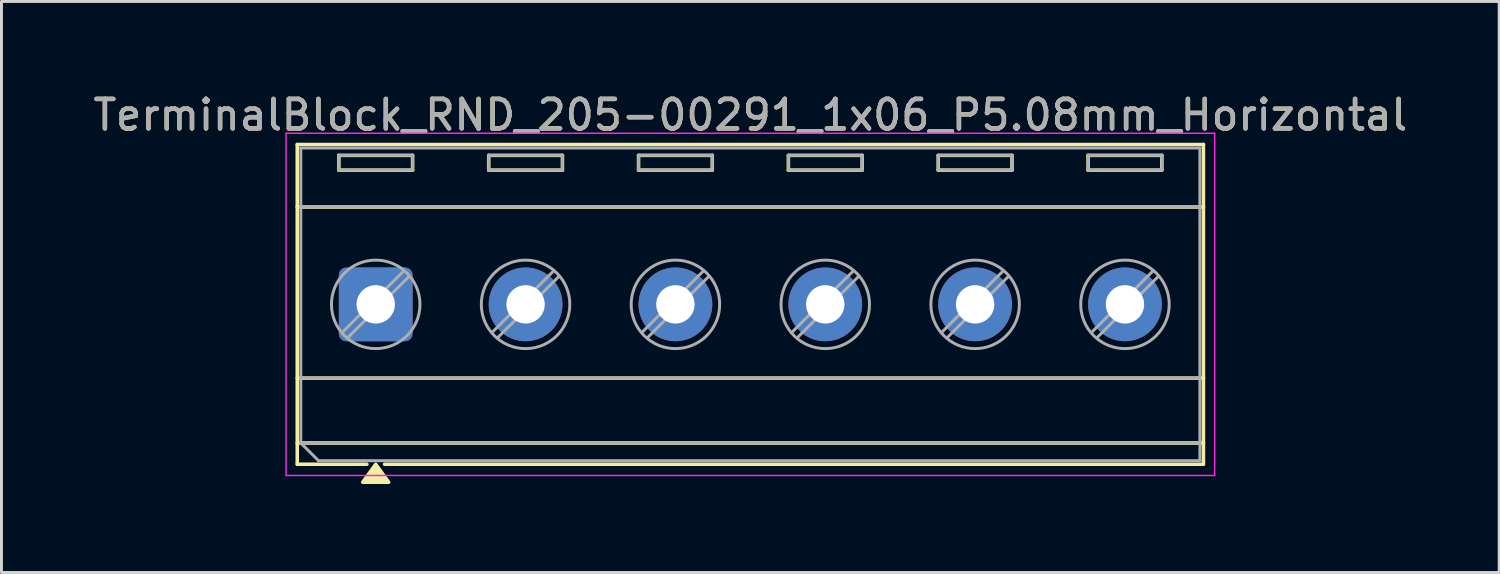
<source format=kicad_pcb>
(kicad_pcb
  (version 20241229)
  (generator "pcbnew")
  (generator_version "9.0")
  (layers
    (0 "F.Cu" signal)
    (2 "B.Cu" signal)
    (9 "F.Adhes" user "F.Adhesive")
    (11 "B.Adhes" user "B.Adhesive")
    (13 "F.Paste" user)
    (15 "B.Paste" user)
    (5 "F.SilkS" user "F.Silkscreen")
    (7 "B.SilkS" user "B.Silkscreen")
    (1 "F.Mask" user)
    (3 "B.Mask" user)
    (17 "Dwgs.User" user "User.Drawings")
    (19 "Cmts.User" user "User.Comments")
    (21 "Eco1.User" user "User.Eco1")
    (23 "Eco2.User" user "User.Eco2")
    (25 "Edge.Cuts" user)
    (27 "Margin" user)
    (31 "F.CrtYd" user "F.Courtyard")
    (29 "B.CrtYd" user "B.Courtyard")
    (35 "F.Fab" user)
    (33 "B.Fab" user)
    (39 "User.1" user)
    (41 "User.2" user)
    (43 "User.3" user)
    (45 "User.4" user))
  (footprint "TerminalBlock_RND_205-00291_1x06_P5.08mm_Horizontal"
    (layer "F.Cu")
    (at 9.687 7.268)
    (property "Reference" "TerminalBlock_RND_205-00291_1x06_P5.08mm_Horizontal" (at 12.7 -6.42 0) (layer "F.SilkS") (effects (font (size 1 1) (thickness 0.15))))
    (attr through_hole)
    (fp_line (start -2.66 -5.42) (end -2.66 5.42) (stroke (width 0.12) (type solid)) (layer "F.SilkS"))
    (fp_line (start -2.66 -5.42) (end 28.06 -5.42) (stroke (width 0.12) (type solid)) (layer "F.SilkS"))
    (fp_line (start -2.66 -3.3) (end 28.06 -3.3) (stroke (width 0.12) (type solid)) (layer "F.SilkS"))
    (fp_line (start -2.66 2.5) (end 28.06 2.5) (stroke (width 0.12) (type solid)) (layer "F.SilkS"))
    (fp_line (start -2.66 4.7) (end 28.06 4.7) (stroke (width 0.12) (type solid)) (layer "F.SilkS"))
    (fp_line (start -2.66 5.42) (end -0.3 5.42) (stroke (width 0.12) (type solid)) (layer "F.SilkS"))
    (fp_line (start -1.25 -5.05) (end -1.25 -4.55) (stroke (width 0.12) (type solid)) (layer "F.SilkS"))
    (fp_line (start -1.25 -5.05) (end 1.25 -5.05) (stroke (width 0.12) (type solid)) (layer "F.SilkS"))
    (fp_line (start -1.25 -4.55) (end 1.25 -4.55) (stroke (width 0.12) (type solid)) (layer "F.SilkS"))
    (fp_line (start 0.3 5.42) (end 28.06 5.42) (stroke (width 0.12) (type solid)) (layer "F.SilkS"))
    (fp_line (start 1.25 -5.05) (end 1.25 -4.55) (stroke (width 0.12) (type solid)) (layer "F.SilkS"))
    (fp_line (start 3.83 -5.05) (end 3.83 -4.55) (stroke (width 0.12) (type solid)) (layer "F.SilkS"))
    (fp_line (start 3.83 -5.05) (end 6.33 -5.05) (stroke (width 0.12) (type solid)) (layer "F.SilkS"))
    (fp_line (start 3.83 -4.55) (end 6.33 -4.55) (stroke (width 0.12) (type solid)) (layer "F.SilkS"))
    (fp_line (start 6.33 -5.05) (end 6.33 -4.55) (stroke (width 0.12) (type solid)) (layer "F.SilkS"))
    (fp_line (start 8.91 -5.05) (end 8.91 -4.55) (stroke (width 0.12) (type solid)) (layer "F.SilkS"))
    (fp_line (start 8.91 -5.05) (end 11.41 -5.05) (stroke (width 0.12) (type solid)) (layer "F.SilkS"))
    (fp_line (start 8.91 -4.55) (end 11.41 -4.55) (stroke (width 0.12) (type solid)) (layer "F.SilkS"))
    (fp_line (start 11.41 -5.05) (end 11.41 -4.55) (stroke (width 0.12) (type solid)) (layer "F.SilkS"))
    (fp_line (start 13.99 -5.05) (end 13.99 -4.55) (stroke (width 0.12) (type solid)) (layer "F.SilkS"))
    (fp_line (start 13.99 -5.05) (end 16.49 -5.05) (stroke (width 0.12) (type solid)) (layer "F.SilkS"))
    (fp_line (start 13.99 -4.55) (end 16.49 -4.55) (stroke (width 0.12) (type solid)) (layer "F.SilkS"))
    (fp_line (start 16.49 -5.05) (end 16.49 -4.55) (stroke (width 0.12) (type solid)) (layer "F.SilkS"))
    (fp_line (start 19.07 -5.05) (end 19.07 -4.55) (stroke (width 0.12) (type solid)) (layer "F.SilkS"))
    (fp_line (start 19.07 -5.05) (end 21.57 -5.05) (stroke (width 0.12) (type solid)) (layer "F.SilkS"))
    (fp_line (start 19.07 -4.55) (end 21.57 -4.55) (stroke (width 0.12) (type solid)) (layer "F.SilkS"))
    (fp_line (start 21.57 -5.05) (end 21.57 -4.55) (stroke (width 0.12) (type solid)) (layer "F.SilkS"))
    (fp_line (start 24.15 -5.05) (end 24.15 -4.55) (stroke (width 0.12) (type solid)) (layer "F.SilkS"))
    (fp_line (start 24.15 -5.05) (end 26.65 -5.05) (stroke (width 0.12) (type solid)) (layer "F.SilkS"))
    (fp_line (start 24.15 -4.55) (end 26.65 -4.55) (stroke (width 0.12) (type solid)) (layer "F.SilkS"))
    (fp_line (start 26.65 -5.05) (end 26.65 -4.55) (stroke (width 0.12) (type solid)) (layer "F.SilkS"))
    (fp_line (start 28.06 -5.42) (end 28.06 5.42) (stroke (width 0.12) (type solid)) (layer "F.SilkS"))
    (fp_poly (pts (xy 0 5.42) (xy 0.44 6.03) (xy -0.44 6.03)) (stroke (width 0.12) (type solid)) (fill yes) (layer "F.SilkS"))
    (fp_line (start -3.04 -5.8) (end -3.04 5.8) (stroke (width 0.05) (type solid)) (layer "F.CrtYd"))
    (fp_line (start -3.04 5.8) (end 28.44 5.8) (stroke (width 0.05) (type solid)) (layer "F.CrtYd"))
    (fp_line (start 28.44 -5.8) (end -3.04 -5.8) (stroke (width 0.05) (type solid)) (layer "F.CrtYd"))
    (fp_line (start 28.44 5.8) (end 28.44 -5.8) (stroke (width 0.05) (type solid)) (layer "F.CrtYd"))
    (fp_line (start -2.54 -5.3) (end 27.94 -5.3) (stroke (width 0.1) (type solid)) (layer "F.Fab"))
    (fp_line (start -2.54 -3.3) (end 27.94 -3.3) (stroke (width 0.1) (type solid)) (layer "F.Fab"))
    (fp_line (start -2.54 2.5) (end 27.94 2.5) (stroke (width 0.1) (type solid)) (layer "F.Fab"))
    (fp_line (start -2.54 4.7) (end -2.54 -5.3) (stroke (width 0.1) (type solid)) (layer "F.Fab"))
    (fp_line (start -2.54 4.7) (end 27.94 4.7) (stroke (width 0.1) (type solid)) (layer "F.Fab"))
    (fp_line (start -1.94 5.3) (end -2.54 4.7) (stroke (width 0.1) (type solid)) (layer "F.Fab"))
    (fp_line (start -1.25 -5.05) (end -1.25 -4.55) (stroke (width 0.1) (type solid)) (layer "F.Fab"))
    (fp_line (start -1.25 -4.55) (end 1.25 -4.55) (stroke (width 0.1) (type solid)) (layer "F.Fab"))
    (fp_line (start 0.955 -1.138) (end -1.138 0.954) (stroke (width 0.1) (type solid)) (layer "F.Fab"))
    (fp_line (start 1.138 -0.954) (end -0.955 1.137) (stroke (width 0.1) (type solid)) (layer "F.Fab"))
    (fp_line (start 1.25 -5.05) (end -1.25 -5.05) (stroke (width 0.1) (type solid)) (layer "F.Fab"))
    (fp_line (start 1.25 -4.55) (end 1.25 -5.05) (stroke (width 0.1) (type solid)) (layer "F.Fab"))
    (fp_line (start 3.83 -5.05) (end 3.83 -4.55) (stroke (width 0.1) (type solid)) (layer "F.Fab"))
    (fp_line (start 3.83 -4.55) (end 6.33 -4.55) (stroke (width 0.1) (type solid)) (layer "F.Fab"))
    (fp_line (start 6.035 -1.138) (end 3.942 0.954) (stroke (width 0.1) (type solid)) (layer "F.Fab"))
    (fp_line (start 6.218 -0.954) (end 4.125 1.137) (stroke (width 0.1) (type solid)) (layer "F.Fab"))
    (fp_line (start 6.33 -5.05) (end 3.83 -5.05) (stroke (width 0.1) (type solid)) (layer "F.Fab"))
    (fp_line (start 6.33 -4.55) (end 6.33 -5.05) (stroke (width 0.1) (type solid)) (layer "F.Fab"))
    (fp_line (start 8.91 -5.05) (end 8.91 -4.55) (stroke (width 0.1) (type solid)) (layer "F.Fab"))
    (fp_line (start 8.91 -4.55) (end 11.41 -4.55) (stroke (width 0.1) (type solid)) (layer "F.Fab"))
    (fp_line (start 11.115 -1.138) (end 9.022 0.954) (stroke (width 0.1) (type solid)) (layer "F.Fab"))
    (fp_line (start 11.298 -0.954) (end 9.205 1.137) (stroke (width 0.1) (type solid)) (layer "F.Fab"))
    (fp_line (start 11.41 -5.05) (end 8.91 -5.05) (stroke (width 0.1) (type solid)) (layer "F.Fab"))
    (fp_line (start 11.41 -4.55) (end 11.41 -5.05) (stroke (width 0.1) (type solid)) (layer "F.Fab"))
    (fp_line (start 13.99 -5.05) (end 13.99 -4.55) (stroke (width 0.1) (type solid)) (layer "F.Fab"))
    (fp_line (start 13.99 -4.55) (end 16.49 -4.55) (stroke (width 0.1) (type solid)) (layer "F.Fab"))
    (fp_line (start 16.195 -1.138) (end 14.102 0.954) (stroke (width 0.1) (type solid)) (layer "F.Fab"))
    (fp_line (start 16.378 -0.954) (end 14.285 1.137) (stroke (width 0.1) (type solid)) (layer "F.Fab"))
    (fp_line (start 16.49 -5.05) (end 13.99 -5.05) (stroke (width 0.1) (type solid)) (layer "F.Fab"))
    (fp_line (start 16.49 -4.55) (end 16.49 -5.05) (stroke (width 0.1) (type solid)) (layer "F.Fab"))
    (fp_line (start 19.07 -5.05) (end 19.07 -4.55) (stroke (width 0.1) (type solid)) (layer "F.Fab"))
    (fp_line (start 19.07 -4.55) (end 21.57 -4.55) (stroke (width 0.1) (type solid)) (layer "F.Fab"))
    (fp_line (start 21.275 -1.138) (end 19.182 0.954) (stroke (width 0.1) (type solid)) (layer "F.Fab"))
    (fp_line (start 21.458 -0.954) (end 19.365 1.137) (stroke (width 0.1) (type solid)) (layer "F.Fab"))
    (fp_line (start 21.57 -5.05) (end 19.07 -5.05) (stroke (width 0.1) (type solid)) (layer "F.Fab"))
    (fp_line (start 21.57 -4.55) (end 21.57 -5.05) (stroke (width 0.1) (type solid)) (layer "F.Fab"))
    (fp_line (start 24.15 -5.05) (end 24.15 -4.55) (stroke (width 0.1) (type solid)) (layer "F.Fab"))
    (fp_line (start 24.15 -4.55) (end 26.65 -4.55) (stroke (width 0.1) (type solid)) (layer "F.Fab"))
    (fp_line (start 26.355 -1.138) (end 24.262 0.954) (stroke (width 0.1) (type solid)) (layer "F.Fab"))
    (fp_line (start 26.538 -0.954) (end 24.445 1.137) (stroke (width 0.1) (type solid)) (layer "F.Fab"))
    (fp_line (start 26.65 -5.05) (end 24.15 -5.05) (stroke (width 0.1) (type solid)) (layer "F.Fab"))
    (fp_line (start 26.65 -4.55) (end 26.65 -5.05) (stroke (width 0.1) (type solid)) (layer "F.Fab"))
    (fp_line (start 27.94 -5.3) (end 27.94 5.3) (stroke (width 0.1) (type solid)) (layer "F.Fab"))
    (fp_line (start 27.94 5.3) (end -1.94 5.3) (stroke (width 0.1) (type solid)) (layer "F.Fab"))
    (fp_circle (center 0 0) (end 1.5 0) (stroke (width 0.1) (type solid)) (fill no) (layer "F.Fab"))
    (fp_circle (center 5.08 0) (end 6.58 0) (stroke (width 0.1) (type solid)) (fill no) (layer "F.Fab"))
    (fp_circle (center 10.16 0) (end 11.66 0) (stroke (width 0.1) (type solid)) (fill no) (layer "F.Fab"))
    (fp_circle (center 15.24 0) (end 16.74 0) (stroke (width 0.1) (type solid)) (fill no) (layer "F.Fab"))
    (fp_circle (center 20.32 0) (end 21.82 0) (stroke (width 0.1) (type solid)) (fill no) (layer "F.Fab"))
    (fp_circle (center 25.4 0) (end 26.9 0) (stroke (width 0.1) (type solid)) (fill no) (layer "F.Fab"))
    (fp_text user "${REFERENCE}" (at 12.7 -6.42 0) (layer "F.Fab") (effects (font (size 1 1) (thickness 0.15))))
    (pad "1" thru_hole roundrect (at 0 0) (size 2.5 2.5) (drill 1.3) (layers "*.Cu" "*.Mask") (roundrect_rratio 0.1))
    (pad "2" thru_hole circle (at 5.08 0) (size 2.5 2.5) (drill 1.3) (layers "*.Cu" "*.Mask"))
    (pad "3" thru_hole circle (at 10.16 0) (size 2.5 2.5) (drill 1.3) (layers "*.Cu" "*.Mask"))
    (pad "4" thru_hole circle (at 15.24 0) (size 2.5 2.5) (drill 1.3) (layers "*.Cu" "*.Mask"))
    (pad "5" thru_hole circle (at 20.32 0) (size 2.5 2.5) (drill 1.3) (layers "*.Cu" "*.Mask"))
    (pad "6" thru_hole circle (at 25.4 0) (size 2.5 2.5) (drill 1.3) (layers "*.Cu" "*.Mask")))
  (gr_rect
    (start -3 -3)
    (end 47.774 16.358)
    (stroke (width 0.1) (type default))
    (fill no)
    (layer "Edge.Cuts")))
</source>
